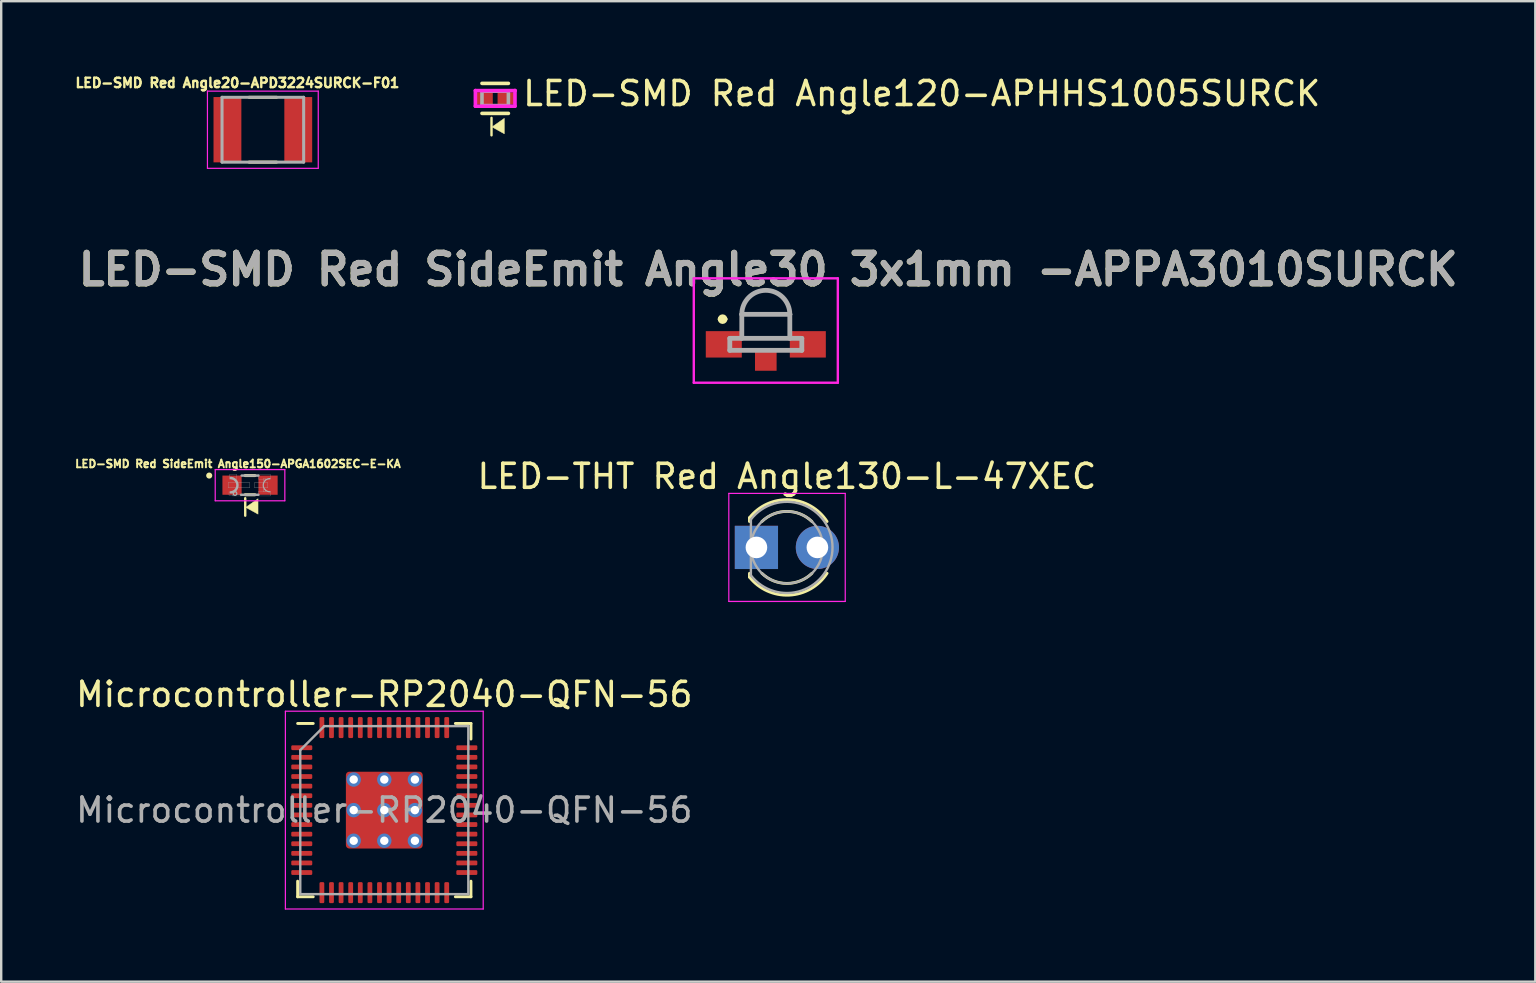
<source format=kicad_pcb>
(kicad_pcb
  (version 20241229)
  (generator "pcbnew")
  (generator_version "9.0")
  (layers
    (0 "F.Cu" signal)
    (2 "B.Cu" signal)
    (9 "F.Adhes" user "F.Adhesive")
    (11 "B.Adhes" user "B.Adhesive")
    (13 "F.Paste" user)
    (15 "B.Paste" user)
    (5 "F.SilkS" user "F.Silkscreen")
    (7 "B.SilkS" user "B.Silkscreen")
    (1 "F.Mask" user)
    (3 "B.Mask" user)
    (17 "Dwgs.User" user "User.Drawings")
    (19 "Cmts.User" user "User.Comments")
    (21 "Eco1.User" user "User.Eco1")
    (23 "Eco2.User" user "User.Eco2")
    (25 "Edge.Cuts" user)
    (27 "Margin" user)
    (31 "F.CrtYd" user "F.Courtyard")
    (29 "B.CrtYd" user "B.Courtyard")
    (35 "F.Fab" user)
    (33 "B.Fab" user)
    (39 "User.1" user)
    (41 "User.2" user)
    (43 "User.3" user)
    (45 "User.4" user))
  (footprint "LED-SMD Red SideEmit Angle30 3x1mm -APPA3010SURCK"
    (layer "F.Cu")
    (at 28.85 10.719)
    (property "Reference" "LED-SMD Red SideEmit Angle30 3x1mm -APPA3010SURCK" (at 0.1 -2.54 0) (layer "F.SilkS") (effects (font (size 1.27 1.27) (thickness 0.254))))
    (attr smd)
    (fp_line (start -1.9 -0.475) (end -1.9 -0.475) (stroke (width 0.2) (type solid)) (layer "F.SilkS"))
    (fp_line (start -1.7 -0.475) (end -1.7 -0.475) (stroke (width 0.2) (type solid)) (layer "F.SilkS"))
    (fp_line (start -1 -0.375) (end -1 -0.675) (stroke (width 0.1) (type solid)) (layer "F.SilkS"))
    (fp_line (start -0.1 -1.675) (end 0.1 -1.675) (stroke (width 0.1) (type solid)) (layer "F.SilkS"))
    (fp_line (start 1 -0.375) (end 1 -0.675) (stroke (width 0.1) (type solid)) (layer "F.SilkS"))
    (fp_arc (start -1.9 -0.475) (mid -1.8 -0.575) (end -1.7 -0.475) (stroke (width 0.2) (type solid)) (layer "F.SilkS"))
    (fp_arc (start -1.7 -0.475) (mid -1.8 -0.375) (end -1.9 -0.475) (stroke (width 0.2) (type solid)) (layer "F.SilkS"))
    (fp_line (start -3 -2.175) (end 3 -2.175) (stroke (width 0.1) (type solid)) (layer "F.CrtYd"))
    (fp_line (start -3 2.175) (end -3 -2.175) (stroke (width 0.1) (type solid)) (layer "F.CrtYd"))
    (fp_line (start 3 -2.175) (end 3 2.175) (stroke (width 0.1) (type solid)) (layer "F.CrtYd"))
    (fp_line (start 3 2.175) (end -3 2.175) (stroke (width 0.1) (type solid)) (layer "F.CrtYd"))
    (fp_line (start -1.5 0.325) (end 1.5 0.325) (stroke (width 0.2) (type solid)) (layer "F.Fab"))
    (fp_line (start -1.5 0.825) (end -1.5 0.325) (stroke (width 0.2) (type solid)) (layer "F.Fab"))
    (fp_line (start -1 -0.675) (end -1 0.325) (stroke (width 0.2) (type solid)) (layer "F.Fab"))
    (fp_line (start -1 -0.675) (end 1 -0.675) (stroke (width 0.2) (type solid)) (layer "F.Fab"))
    (fp_line (start 1 -0.675) (end 1 -0.675) (stroke (width 0.2) (type solid)) (layer "F.Fab"))
    (fp_line (start 1 -0.675) (end 1 0.325) (stroke (width 0.2) (type solid)) (layer "F.Fab"))
    (fp_line (start 1.5 0.325) (end 1.5 0.825) (stroke (width 0.2) (type solid)) (layer "F.Fab"))
    (fp_line (start 1.5 0.825) (end -1.5 0.825) (stroke (width 0.2) (type solid)) (layer "F.Fab"))
    (fp_arc (start -1 -0.675) (mid 0 -1.675) (end 1 -0.675) (stroke (width 0.2) (type solid)) (layer "F.Fab"))
    (fp_text user "${REFERENCE}" (at 0.105 -2.545 0) (layer "F.Fab") (effects (font (size 1.27 1.27) (thickness 0.254))))
    (pad "1" smd rect (at -1.75 0.575 90) (size 1.1 1.5) (layers "F.Cu" "F.Mask" "F.Paste"))
    (pad "2" smd rect (at 1.75 0.575 90) (size 1.1 1.5) (layers "F.Cu" "F.Mask" "F.Paste"))
    (pad "3" smd rect (at 0 1.225 90) (size 0.9 0.9) (layers "F.Cu" "F.Mask" "F.Paste")))
  (footprint "LED-SMD Red SideEmit Angle150-APGA1602SEC-E-KA"
    (layer "F.Cu")
    (at 7.365 17.16)
    (property "Reference" "LED-SMD Red SideEmit Angle150-APGA1602SEC-E-KA" (at -0.504 -0.888 0) (layer "F.SilkS") (effects (font (size 0.32 0.32) (thickness 0.15))))
    (attr smd)
    (fp_line (start -0.2 -0.4) (end 0.2 -0.4) (stroke (width 0.127) (type solid)) (layer "F.SilkS"))
    (fp_line (start -0.2 0.4) (end 0.2 0.4) (stroke (width 0.127) (type solid)) (layer "F.SilkS"))
    (fp_line (start -0.2 1.271) (end -0.2 0.543) (stroke (width 0.1) (type solid)) (layer "F.SilkS"))
    (fp_circle (center -1.7 -0.4) (end -1.573 -0.4) (stroke (width 0) (type solid)) (fill yes) (layer "F.SilkS"))
    (fp_poly (pts (xy -0.178 0.924) (xy 0.333 0.565) (xy 0.333 1.206)) (stroke (width 0.02) (type solid)) (fill yes) (layer "F.SilkS"))
    (fp_line (start -1.45 -0.65) (end 1.45 -0.65) (stroke (width 0.05) (type solid)) (layer "F.CrtYd"))
    (fp_line (start -1.45 0.65) (end -1.45 -0.65) (stroke (width 0.05) (type solid)) (layer "F.CrtYd"))
    (fp_line (start 1.45 -0.65) (end 1.45 0.65) (stroke (width 0.05) (type solid)) (layer "F.CrtYd"))
    (fp_line (start 1.45 0.65) (end -1.45 0.65) (stroke (width 0.05) (type solid)) (layer "F.CrtYd"))
    (fp_line (start -0.375 0.4) (end 0.35 0.4) (stroke (width 0.102) (type solid)) (layer "F.Fab"))
    (fp_line (start -0.35 -0.4) (end 0.35 -0.4) (stroke (width 0.102) (type solid)) (layer "F.Fab"))
    (fp_arc (start -0.8 -0.3) (mid -0.524966 0) (end -0.8 0.3) (stroke (width 0.1016) (type solid)) (layer "F.Fab"))
    (fp_arc (start 0.825 0.275) (mid 0.55 0) (end 0.825 -0.275) (stroke (width 0.0508) (type solid)) (layer "F.Fab"))
    (fp_circle (center -0.625 0.35) (end -0.55 0.35) (stroke (width 0.051) (type solid)) (fill no) (layer "F.Fab"))
    (fp_poly (pts (xy -0.912 -0.113) (xy -0.013 -0.113) (xy -0.013 0.113) (xy -0.912 0.113)) (stroke (width 0.01) (type solid)) (fill no) (layer "F.Fab"))
    (fp_poly (pts (xy -0.875 0.275) (xy -0.675 0.275) (xy -0.675 0.425) (xy -0.875 0.425)) (stroke (width 0.01) (type solid)) (fill no) (layer "F.Fab"))
    (fp_poly (pts (xy -0.85 -0.45) (xy -0.55 -0.45) (xy -0.55 -0.25) (xy -0.85 -0.25)) (stroke (width 0.01) (type solid)) (fill no) (layer "F.Fab"))
    (fp_poly (pts (xy -0.725 0.4) (xy -0.35 0.4) (xy -0.35 0.45) (xy -0.725 0.45)) (stroke (width 0.01) (type solid)) (fill no) (layer "F.Fab"))
    (fp_poly (pts (xy -0.6 0.225) (xy -0.55 0.225) (xy -0.55 0.275) (xy -0.6 0.275)) (stroke (width 0.01) (type solid)) (fill no) (layer "F.Fab"))
    (fp_poly (pts (xy 0.188 -0.113) (xy 0.738 -0.113) (xy 0.738 0.113) (xy 0.188 0.113)) (stroke (width 0.01) (type solid)) (fill no) (layer "F.Fab"))
    (fp_poly (pts (xy 0.35 -0.45) (xy 0.85 -0.45) (xy 0.85 -0.25) (xy 0.35 -0.25)) (stroke (width 0.01) (type solid)) (fill no) (layer "F.Fab"))
    (fp_poly (pts (xy 0.35 0.25) (xy 0.85 0.25) (xy 0.85 0.45) (xy 0.35 0.45)) (stroke (width 0.01) (type solid)) (fill no) (layer "F.Fab"))
    (fp_poly (pts (xy 0.55 -0.275) (xy 0.65 -0.275) (xy 0.65 -0.175) (xy 0.55 -0.175)) (stroke (width 0.01) (type solid)) (fill no) (layer "F.Fab"))
    (fp_poly (pts (xy 0.55 0.175) (xy 0.65 0.175) (xy 0.65 0.275) (xy 0.55 0.275)) (stroke (width 0.01) (type solid)) (fill no) (layer "F.Fab"))
    (pad "A" smd rect (at 0.75 0 90) (size 0.8 0.8) (layers "F.Cu" "F.Mask" "F.Paste"))
    (pad "C" smd rect (at -0.75 0 90) (size 0.8 0.8) (layers "F.Cu" "F.Mask" "F.Paste")))
  (footprint "LED-SMD Red Angle120-APHHS1005SURCK"
    (layer "F.Cu")
    (at 17.577 1.048)
    (property "Reference" "LED-SMD Red Angle120-APHHS1005SURCK" (at 1.075 -0.2 0) (layer "F.SilkS") (effects (font (size 1 1) (thickness 0.15)) (justify left)))
    (attr smd)
    (fp_line (start -0.55 -0.625) (end 0.55 -0.625) (stroke (width 0.15) (type solid)) (layer "F.SilkS"))
    (fp_line (start -0.55 0.625) (end 0.55 0.625) (stroke (width 0.15) (type solid)) (layer "F.SilkS"))
    (fp_line (start -0.153 1.539) (end -0.153 0.811) (stroke (width 0.1) (type solid)) (layer "F.SilkS"))
    (fp_poly (pts (xy -0.131 1.191) (xy 0.38 0.832) (xy 0.38 1.474)) (stroke (width 0.02) (type solid)) (fill yes) (layer "F.SilkS"))
    (fp_line (start -0.825 -0.325) (end -0.825 0.325) (stroke (width 0.15) (type solid)) (layer "F.CrtYd"))
    (fp_line (start -0.825 0.325) (end 0.825 0.325) (stroke (width 0.15) (type solid)) (layer "F.CrtYd"))
    (fp_line (start 0.825 -0.325) (end -0.825 -0.325) (stroke (width 0.15) (type solid)) (layer "F.CrtYd"))
    (fp_line (start 0.825 -0.325) (end 0.825 -0.325) (stroke (width 0.15) (type solid)) (layer "F.CrtYd"))
    (fp_line (start 0.825 0.325) (end 0.825 -0.325) (stroke (width 0.15) (type solid)) (layer "F.CrtYd"))
    (fp_line (start -0.55 -0.3) (end 0.55 -0.3) (stroke (width 0.15) (type solid)) (layer "F.Fab"))
    (fp_line (start -0.55 0.3) (end -0.55 -0.3) (stroke (width 0.15) (type solid)) (layer "F.Fab"))
    (fp_line (start 0.55 -0.3) (end 0.55 0.3) (stroke (width 0.15) (type solid)) (layer "F.Fab"))
    (fp_line (start 0.55 0.3) (end -0.55 0.3) (stroke (width 0.15) (type solid)) (layer "F.Fab"))
    (pad "1" smd rect (at -0.45 0) (size 0.7 0.5) (layers "F.Cu" "F.Mask" "F.Paste"))
    (pad "2" smd rect (at 0.45 0) (size 0.7 0.5) (layers "F.Cu" "F.Mask" "F.Paste")))
  (footprint "Microcontroller-RP2040-QFN-56"
    (layer "F.Cu")
    (at 12.958 30.696)
    (property "Reference" "Microcontroller-RP2040-QFN-56" (at 0 -4.82 0) (layer "F.SilkS") (effects (font (size 1 1) (thickness 0.15))))
    (attr smd)
    (fp_line (start -3.61 3.61) (end -3.61 2.96) (stroke (width 0.12) (type solid)) (layer "F.SilkS"))
    (fp_line (start -2.96 -3.61) (end -3.61 -3.61) (stroke (width 0.12) (type solid)) (layer "F.SilkS"))
    (fp_line (start -2.96 3.61) (end -3.61 3.61) (stroke (width 0.12) (type solid)) (layer "F.SilkS"))
    (fp_line (start 2.96 -3.61) (end 3.61 -3.61) (stroke (width 0.12) (type solid)) (layer "F.SilkS"))
    (fp_line (start 2.96 3.61) (end 3.61 3.61) (stroke (width 0.12) (type solid)) (layer "F.SilkS"))
    (fp_line (start 3.61 -3.61) (end 3.61 -2.96) (stroke (width 0.12) (type solid)) (layer "F.SilkS"))
    (fp_line (start 3.61 3.61) (end 3.61 2.96) (stroke (width 0.12) (type solid)) (layer "F.SilkS"))
    (fp_line (start -4.12 -4.12) (end -4.12 4.12) (stroke (width 0.05) (type solid)) (layer "F.CrtYd"))
    (fp_line (start -4.12 4.12) (end 4.12 4.12) (stroke (width 0.05) (type solid)) (layer "F.CrtYd"))
    (fp_line (start 4.12 -4.12) (end -4.12 -4.12) (stroke (width 0.05) (type solid)) (layer "F.CrtYd"))
    (fp_line (start 4.12 4.12) (end 4.12 -4.12) (stroke (width 0.05) (type solid)) (layer "F.CrtYd"))
    (fp_line (start -3.5 -2.5) (end -2.5 -3.5) (stroke (width 0.1) (type solid)) (layer "F.Fab"))
    (fp_line (start -3.5 3.5) (end -3.5 -2.5) (stroke (width 0.1) (type solid)) (layer "F.Fab"))
    (fp_line (start -2.5 -3.5) (end 3.5 -3.5) (stroke (width 0.1) (type solid)) (layer "F.Fab"))
    (fp_line (start 3.5 -3.5) (end 3.5 3.5) (stroke (width 0.1) (type solid)) (layer "F.Fab"))
    (fp_line (start 3.5 3.5) (end -3.5 3.5) (stroke (width 0.1) (type solid)) (layer "F.Fab"))
    (fp_text user "${REFERENCE}" (at 0 0 0) (layer "F.Fab") (effects (font (size 1 1) (thickness 0.15))))
    (pad "" smd roundrect (at -0.637 -0.637) (size 1.084 1.084) (layers "F.Paste") (roundrect_rratio 0.231))
    (pad "" smd roundrect (at -0.637 0.637) (size 1.084 1.084) (layers "F.Paste") (roundrect_rratio 0.231))
    (pad "" smd roundrect (at 0.637 -0.637) (size 1.084 1.084) (layers "F.Paste") (roundrect_rratio 0.231))
    (pad "" smd roundrect (at 0.637 0.637) (size 1.084 1.084) (layers "F.Paste") (roundrect_rratio 0.231))
    (pad "1" smd roundrect (at -3.438 -2.6) (size 0.875 0.2) (layers "F.Cu" "F.Mask" "F.Paste") (roundrect_rratio 0.25))
    (pad "2" smd roundrect (at -3.438 -2.2) (size 0.875 0.2) (layers "F.Cu" "F.Mask" "F.Paste") (roundrect_rratio 0.25))
    (pad "3" smd roundrect (at -3.438 -1.8) (size 0.875 0.2) (layers "F.Cu" "F.Mask" "F.Paste") (roundrect_rratio 0.25))
    (pad "4" smd roundrect (at -3.438 -1.4) (size 0.875 0.2) (layers "F.Cu" "F.Mask" "F.Paste") (roundrect_rratio 0.25))
    (pad "5" smd roundrect (at -3.438 -1) (size 0.875 0.2) (layers "F.Cu" "F.Mask" "F.Paste") (roundrect_rratio 0.25))
    (pad "6" smd roundrect (at -3.438 -0.6) (size 0.875 0.2) (layers "F.Cu" "F.Mask" "F.Paste") (roundrect_rratio 0.25))
    (pad "7" smd roundrect (at -3.438 -0.2) (size 0.875 0.2) (layers "F.Cu" "F.Mask" "F.Paste") (roundrect_rratio 0.25))
    (pad "8" smd roundrect (at -3.438 0.2) (size 0.875 0.2) (layers "F.Cu" "F.Mask" "F.Paste") (roundrect_rratio 0.25))
    (pad "9" smd roundrect (at -3.438 0.6) (size 0.875 0.2) (layers "F.Cu" "F.Mask" "F.Paste") (roundrect_rratio 0.25))
    (pad "10" smd roundrect (at -3.438 1) (size 0.875 0.2) (layers "F.Cu" "F.Mask" "F.Paste") (roundrect_rratio 0.25))
    (pad "11" smd roundrect (at -3.438 1.4) (size 0.875 0.2) (layers "F.Cu" "F.Mask" "F.Paste") (roundrect_rratio 0.25))
    (pad "12" smd roundrect (at -3.438 1.8) (size 0.875 0.2) (layers "F.Cu" "F.Mask" "F.Paste") (roundrect_rratio 0.25))
    (pad "13" smd roundrect (at -3.438 2.2) (size 0.875 0.2) (layers "F.Cu" "F.Mask" "F.Paste") (roundrect_rratio 0.25))
    (pad "14" smd roundrect (at -3.438 2.6) (size 0.875 0.2) (layers "F.Cu" "F.Mask" "F.Paste") (roundrect_rratio 0.25))
    (pad "15" smd roundrect (at -2.6 3.438) (size 0.2 0.875) (layers "F.Cu" "F.Mask" "F.Paste") (roundrect_rratio 0.25))
    (pad "16" smd roundrect (at -2.2 3.438) (size 0.2 0.875) (layers "F.Cu" "F.Mask" "F.Paste") (roundrect_rratio 0.25))
    (pad "17" smd roundrect (at -1.8 3.438) (size 0.2 0.875) (layers "F.Cu" "F.Mask" "F.Paste") (roundrect_rratio 0.25))
    (pad "18" smd roundrect (at -1.4 3.438) (size 0.2 0.875) (layers "F.Cu" "F.Mask" "F.Paste") (roundrect_rratio 0.25))
    (pad "19" smd roundrect (at -1 3.438) (size 0.2 0.875) (layers "F.Cu" "F.Mask" "F.Paste") (roundrect_rratio 0.25))
    (pad "20" smd roundrect (at -0.6 3.438) (size 0.2 0.875) (layers "F.Cu" "F.Mask" "F.Paste") (roundrect_rratio 0.25))
    (pad "21" smd roundrect (at -0.2 3.438) (size 0.2 0.875) (layers "F.Cu" "F.Mask" "F.Paste") (roundrect_rratio 0.25))
    (pad "22" smd roundrect (at 0.2 3.438) (size 0.2 0.875) (layers "F.Cu" "F.Mask" "F.Paste") (roundrect_rratio 0.25))
    (pad "23" smd roundrect (at 0.6 3.438) (size 0.2 0.875) (layers "F.Cu" "F.Mask" "F.Paste") (roundrect_rratio 0.25))
    (pad "24" smd roundrect (at 1 3.438) (size 0.2 0.875) (layers "F.Cu" "F.Mask" "F.Paste") (roundrect_rratio 0.25))
    (pad "25" smd roundrect (at 1.4 3.438) (size 0.2 0.875) (layers "F.Cu" "F.Mask" "F.Paste") (roundrect_rratio 0.25))
    (pad "26" smd roundrect (at 1.8 3.438) (size 0.2 0.875) (layers "F.Cu" "F.Mask" "F.Paste") (roundrect_rratio 0.25))
    (pad "27" smd roundrect (at 2.2 3.438) (size 0.2 0.875) (layers "F.Cu" "F.Mask" "F.Paste") (roundrect_rratio 0.25))
    (pad "28" smd roundrect (at 2.6 3.438) (size 0.2 0.875) (layers "F.Cu" "F.Mask" "F.Paste") (roundrect_rratio 0.25))
    (pad "29" smd roundrect (at 3.438 2.6) (size 0.875 0.2) (layers "F.Cu" "F.Mask" "F.Paste") (roundrect_rratio 0.25))
    (pad "30" smd roundrect (at 3.438 2.2) (size 0.875 0.2) (layers "F.Cu" "F.Mask" "F.Paste") (roundrect_rratio 0.25))
    (pad "31" smd roundrect (at 3.438 1.8) (size 0.875 0.2) (layers "F.Cu" "F.Mask" "F.Paste") (roundrect_rratio 0.25))
    (pad "32" smd roundrect (at 3.438 1.4) (size 0.875 0.2) (layers "F.Cu" "F.Mask" "F.Paste") (roundrect_rratio 0.25))
    (pad "33" smd roundrect (at 3.438 1) (size 0.875 0.2) (layers "F.Cu" "F.Mask" "F.Paste") (roundrect_rratio 0.25))
    (pad "34" smd roundrect (at 3.438 0.6) (size 0.875 0.2) (layers "F.Cu" "F.Mask" "F.Paste") (roundrect_rratio 0.25))
    (pad "35" smd roundrect (at 3.438 0.2) (size 0.875 0.2) (layers "F.Cu" "F.Mask" "F.Paste") (roundrect_rratio 0.25))
    (pad "36" smd roundrect (at 3.438 -0.2) (size 0.875 0.2) (layers "F.Cu" "F.Mask" "F.Paste") (roundrect_rratio 0.25))
    (pad "37" smd roundrect (at 3.438 -0.6) (size 0.875 0.2) (layers "F.Cu" "F.Mask" "F.Paste") (roundrect_rratio 0.25))
    (pad "38" smd roundrect (at 3.438 -1) (size 0.875 0.2) (layers "F.Cu" "F.Mask" "F.Paste") (roundrect_rratio 0.25))
    (pad "39" smd roundrect (at 3.438 -1.4) (size 0.875 0.2) (layers "F.Cu" "F.Mask" "F.Paste") (roundrect_rratio 0.25))
    (pad "40" smd roundrect (at 3.438 -1.8) (size 0.875 0.2) (layers "F.Cu" "F.Mask" "F.Paste") (roundrect_rratio 0.25))
    (pad "41" smd roundrect (at 3.438 -2.2) (size 0.875 0.2) (layers "F.Cu" "F.Mask" "F.Paste") (roundrect_rratio 0.25))
    (pad "42" smd roundrect (at 3.438 -2.6) (size 0.875 0.2) (layers "F.Cu" "F.Mask" "F.Paste") (roundrect_rratio 0.25))
    (pad "43" smd roundrect (at 2.6 -3.438) (size 0.2 0.875) (layers "F.Cu" "F.Mask" "F.Paste") (roundrect_rratio 0.25))
    (pad "44" smd roundrect (at 2.2 -3.438) (size 0.2 0.875) (layers "F.Cu" "F.Mask" "F.Paste") (roundrect_rratio 0.25))
    (pad "45" smd roundrect (at 1.8 -3.438) (size 0.2 0.875) (layers "F.Cu" "F.Mask" "F.Paste") (roundrect_rratio 0.25))
    (pad "46" smd roundrect (at 1.4 -3.438) (size 0.2 0.875) (layers "F.Cu" "F.Mask" "F.Paste") (roundrect_rratio 0.25))
    (pad "47" smd roundrect (at 1 -3.438) (size 0.2 0.875) (layers "F.Cu" "F.Mask" "F.Paste") (roundrect_rratio 0.25))
    (pad "48" smd roundrect (at 0.6 -3.438) (size 0.2 0.875) (layers "F.Cu" "F.Mask" "F.Paste") (roundrect_rratio 0.25))
    (pad "49" smd roundrect (at 0.2 -3.438) (size 0.2 0.875) (layers "F.Cu" "F.Mask" "F.Paste") (roundrect_rratio 0.25))
    (pad "50" smd roundrect (at -0.2 -3.438) (size 0.2 0.875) (layers "F.Cu" "F.Mask" "F.Paste") (roundrect_rratio 0.25))
    (pad "51" smd roundrect (at -0.6 -3.438) (size 0.2 0.875) (layers "F.Cu" "F.Mask" "F.Paste") (roundrect_rratio 0.25))
    (pad "52" smd roundrect (at -1 -3.438) (size 0.2 0.875) (layers "F.Cu" "F.Mask" "F.Paste") (roundrect_rratio 0.25))
    (pad "53" smd roundrect (at -1.4 -3.438) (size 0.2 0.875) (layers "F.Cu" "F.Mask" "F.Paste") (roundrect_rratio 0.25))
    (pad "54" smd roundrect (at -1.8 -3.438) (size 0.2 0.875) (layers "F.Cu" "F.Mask" "F.Paste") (roundrect_rratio 0.25))
    (pad "55" smd roundrect (at -2.2 -3.438) (size 0.2 0.875) (layers "F.Cu" "F.Mask" "F.Paste") (roundrect_rratio 0.25))
    (pad "56" smd roundrect (at -2.6 -3.438) (size 0.2 0.875) (layers "F.Cu" "F.Mask" "F.Paste") (roundrect_rratio 0.25))
    (pad "57" thru_hole circle (at -1.275 -1.275) (size 0.6 0.6) (drill 0.35) (layers "*.Cu"))
    (pad "57" thru_hole circle (at -1.275 0) (size 0.6 0.6) (drill 0.35) (layers "*.Cu"))
    (pad "57" thru_hole circle (at -1.275 1.275) (size 0.6 0.6) (drill 0.35) (layers "*.Cu"))
    (pad "57" thru_hole circle (at 0 -1.275) (size 0.6 0.6) (drill 0.35) (layers "*.Cu"))
    (pad "57" thru_hole circle (at 0 0) (size 0.6 0.6) (drill 0.35) (layers "*.Cu"))
    (pad "57" smd roundrect (at 0 0) (size 3.2 3.2) (layers "F.Cu" "F.Mask") (roundrect_rratio 0.045))
    (pad "57" thru_hole circle (at 0 1.275) (size 0.6 0.6) (drill 0.35) (layers "*.Cu"))
    (pad "57" thru_hole circle (at 1.275 -1.275) (size 0.6 0.6) (drill 0.35) (layers "*.Cu"))
    (pad "57" thru_hole circle (at 1.275 0) (size 0.6 0.6) (drill 0.35) (layers "*.Cu"))
    (pad "57" thru_hole circle (at 1.275 1.275) (size 0.6 0.6) (drill 0.35) (layers "*.Cu")))
  (footprint "LED-SMD Red Angle20-APD3224SURCK-F01"
    (layer "F.Cu")
    (at 7.899 2.353)
    (property "Reference" "LED-SMD Red Angle20-APD3224SURCK-F01" (at -1.06 -1.95 0) (layer "F.SilkS") (effects (font (size 0.394 0.394) (thickness 0.15))))
    (attr smd)
    (fp_line (start -0.57 -1.35) (end 0.57 -1.35) (stroke (width 0.127) (type solid)) (layer "F.SilkS"))
    (fp_line (start -0.57 1.35) (end 0.57 1.35) (stroke (width 0.127) (type solid)) (layer "F.SilkS"))
    (fp_line (start -2.308 -1.608) (end 2.308 -1.608) (stroke (width 0.05) (type solid)) (layer "F.CrtYd"))
    (fp_line (start -2.308 1.608) (end -2.308 -1.608) (stroke (width 0.05) (type solid)) (layer "F.CrtYd"))
    (fp_line (start -2.308 1.608) (end 2.308 1.608) (stroke (width 0.05) (type solid)) (layer "F.CrtYd"))
    (fp_line (start 2.308 1.608) (end 2.308 -1.608) (stroke (width 0.05) (type solid)) (layer "F.CrtYd"))
    (fp_line (start -1.7 1.35) (end -1.7 -1.35) (stroke (width 0.127) (type solid)) (layer "F.Fab"))
    (fp_line (start 1.7 -1.35) (end -1.7 -1.35) (stroke (width 0.127) (type solid)) (layer "F.Fab"))
    (fp_line (start 1.7 1.35) (end -1.7 1.35) (stroke (width 0.127) (type solid)) (layer "F.Fab"))
    (fp_line (start 1.7 1.35) (end 1.7 -1.35) (stroke (width 0.127) (type solid)) (layer "F.Fab"))
    (pad "1" smd rect (at -1.475 0) (size 1.16 2.72) (layers "F.Cu" "F.Mask" "F.Paste"))
    (pad "2" smd rect (at 1.475 0) (size 1.16 2.72) (layers "F.Cu" "F.Mask" "F.Paste")))
  (footprint "LED-THT Red Angle130-L-47XEC"
    (layer "F.Cu")
    (at 28.459 19.753)
    (property "Reference" "LED-THT Red Angle130-L-47XEC" (at 1.27 -2.96 0) (layer "F.SilkS") (effects (font (size 1 1) (thickness 0.15))))
    (attr through_hole)
    (fp_line (start -0.29 -1.236) (end -0.29 -1.08) (stroke (width 0.12) (type solid)) (layer "F.SilkS"))
    (fp_line (start -0.29 1.08) (end -0.29 1.236) (stroke (width 0.12) (type solid)) (layer "F.SilkS"))
    (fp_arc (start -0.29 -1.235516) (mid 1.366487 -1.987659) (end 2.942335 -1.078608) (stroke (width 0.12) (type solid)) (layer "F.SilkS"))
    (fp_arc (start 0.229039 -1.08) (mid 1.270117 -1.5) (end 2.31113 -1.079837) (stroke (width 0.12) (type solid)) (layer "F.SilkS"))
    (fp_arc (start 2.31113 1.079837) (mid 1.270117 1.5) (end 0.229039 1.08) (stroke (width 0.12) (type solid)) (layer "F.SilkS"))
    (fp_arc (start 2.942335 1.078608) (mid 1.366487 1.987659) (end -0.29 1.235516) (stroke (width 0.12) (type solid)) (layer "F.SilkS"))
    (fp_line (start -1.15 -2.25) (end -1.15 2.25) (stroke (width 0.05) (type solid)) (layer "F.CrtYd"))
    (fp_line (start -1.15 2.25) (end 3.7 2.25) (stroke (width 0.05) (type solid)) (layer "F.CrtYd"))
    (fp_line (start 3.7 -2.25) (end -1.15 -2.25) (stroke (width 0.05) (type solid)) (layer "F.CrtYd"))
    (fp_line (start 3.7 2.25) (end 3.7 -2.25) (stroke (width 0.05) (type solid)) (layer "F.CrtYd"))
    (fp_line (start -0.23 -1.166) (end -0.23 1.166) (stroke (width 0.1) (type solid)) (layer "F.Fab"))
    (fp_arc (start -0.23 -1.16619) (mid 3.17 0.000452) (end -0.230555 1.165476) (stroke (width 0.1) (type solid)) (layer "F.Fab"))
    (fp_circle (center 1.27 0) (end 2.77 0) (stroke (width 0.1) (type solid)) (fill no) (layer "F.Fab"))
    (pad "1" thru_hole rect (at 0 0) (size 1.8 1.8) (drill 0.9) (layers "*.Cu" "*.Mask"))
    (pad "2" thru_hole circle (at 2.54 0) (size 1.8 1.8) (drill 0.9) (layers "*.Cu" "*.Mask")))
  (gr_rect
    (start -3 -3)
    (end 60.904 37.841)
    (stroke (width 0.1) (type default))
    (fill no)
    (layer "Edge.Cuts")))
</source>
